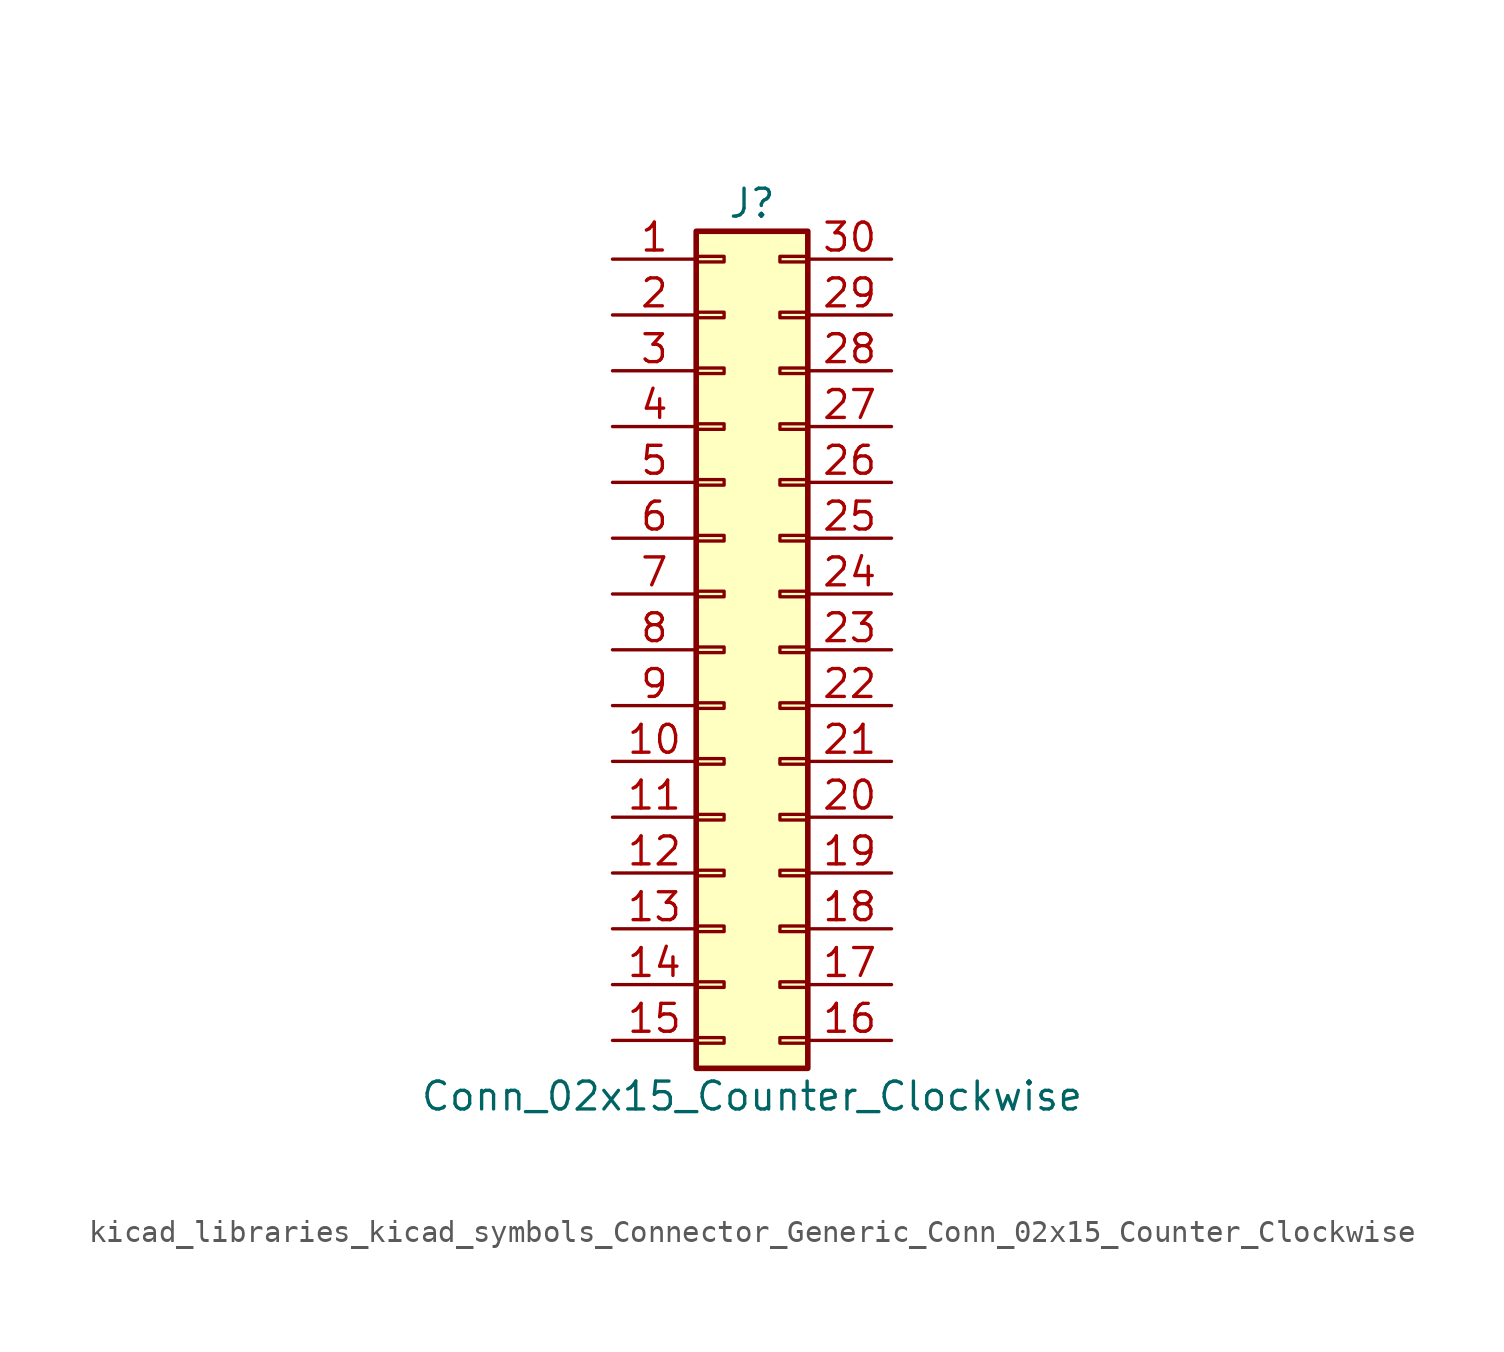
<source format=kicad_sym>
(kicad_symbol_lib
  (version 20220914)
  (generator kicad_symbol_editor)
  (symbol "kicad_libraries_kicad_symbols_Connector_Generic_Conn_02x15_Counter_Clockwise"
    (pin_names
      (offset 1.016) hide)
    (property "Reference" "J"
      (at 1.27 20.32 0)
      (effects (font (size 1.27 1.27))))
    (property "Value" "Conn_02x15_Counter_Clockwise"
      (at 1.27 -20.32 0)
      (effects (font (size 1.27 1.27))))
    (symbol "kicad_libraries_kicad_symbols_Connector_Generic_Conn_02x15_Counter_Clockwise_1_1"
      (rectangle (start -1.27 -17.653) (end 0 -17.907) (stroke (width 0.152) (type default)) (fill (type none)))
      (rectangle (start -1.27 -15.113) (end 0 -15.367) (stroke (width 0.152) (type default)) (fill (type none)))
      (rectangle (start -1.27 -12.573) (end 0 -12.827) (stroke (width 0.152) (type default)) (fill (type none)))
      (rectangle (start -1.27 -10.033) (end 0 -10.287) (stroke (width 0.152) (type default)) (fill (type none)))
      (rectangle (start -1.27 -7.493) (end 0 -7.747) (stroke (width 0.152) (type default)) (fill (type none)))
      (rectangle (start -1.27 -4.953) (end 0 -5.207) (stroke (width 0.152) (type default)) (fill (type none)))
      (rectangle (start -1.27 -2.413) (end 0 -2.667) (stroke (width 0.152) (type default)) (fill (type none)))
      (rectangle (start -1.27 0.127) (end 0 -0.127) (stroke (width 0.152) (type default)) (fill (type none)))
      (rectangle (start -1.27 2.667) (end 0 2.413) (stroke (width 0.152) (type default)) (fill (type none)))
      (rectangle (start -1.27 5.207) (end 0 4.953) (stroke (width 0.152) (type default)) (fill (type none)))
      (rectangle (start -1.27 7.747) (end 0 7.493) (stroke (width 0.152) (type default)) (fill (type none)))
      (rectangle (start -1.27 10.287) (end 0 10.033) (stroke (width 0.152) (type default)) (fill (type none)))
      (rectangle (start -1.27 12.827) (end 0 12.573) (stroke (width 0.152) (type default)) (fill (type none)))
      (rectangle (start -1.27 15.367) (end 0 15.113) (stroke (width 0.152) (type default)) (fill (type none)))
      (rectangle (start -1.27 17.907) (end 0 17.653) (stroke (width 0.152) (type default)) (fill (type none)))
      (rectangle (start -1.27 19.05) (end 3.81 -19.05) (stroke (width 0.254) (type default)) (fill (type background)))
      (rectangle (start 3.81 -17.653) (end 2.54 -17.907) (stroke (width 0.152) (type default)) (fill (type none)))
      (rectangle (start 3.81 -15.113) (end 2.54 -15.367) (stroke (width 0.152) (type default)) (fill (type none)))
      (rectangle (start 3.81 -12.573) (end 2.54 -12.827) (stroke (width 0.152) (type default)) (fill (type none)))
      (rectangle (start 3.81 -10.033) (end 2.54 -10.287) (stroke (width 0.152) (type default)) (fill (type none)))
      (rectangle (start 3.81 -7.493) (end 2.54 -7.747) (stroke (width 0.152) (type default)) (fill (type none)))
      (rectangle (start 3.81 -4.953) (end 2.54 -5.207) (stroke (width 0.152) (type default)) (fill (type none)))
      (rectangle (start 3.81 -2.413) (end 2.54 -2.667) (stroke (width 0.152) (type default)) (fill (type none)))
      (rectangle (start 3.81 0.127) (end 2.54 -0.127) (stroke (width 0.152) (type default)) (fill (type none)))
      (rectangle (start 3.81 2.667) (end 2.54 2.413) (stroke (width 0.152) (type default)) (fill (type none)))
      (rectangle (start 3.81 5.207) (end 2.54 4.953) (stroke (width 0.152) (type default)) (fill (type none)))
      (rectangle (start 3.81 7.747) (end 2.54 7.493) (stroke (width 0.152) (type default)) (fill (type none)))
      (rectangle (start 3.81 10.287) (end 2.54 10.033) (stroke (width 0.152) (type default)) (fill (type none)))
      (rectangle (start 3.81 12.827) (end 2.54 12.573) (stroke (width 0.152) (type default)) (fill (type none)))
      (rectangle (start 3.81 15.367) (end 2.54 15.113) (stroke (width 0.152) (type default)) (fill (type none)))
      (rectangle (start 3.81 17.907) (end 2.54 17.653) (stroke (width 0.152) (type default)) (fill (type none)))
      (pin passive line (at -5.08 17.78 0) (length 3.81) (name "Pin_1" (effects (font (size 1.27 1.27)))) (number "1" (effects (font (size 1.27 1.27)))))
      (pin passive line (at -5.08 -5.08 0) (length 3.81) (name "Pin_10" (effects (font (size 1.27 1.27)))) (number "10" (effects (font (size 1.27 1.27)))))
      (pin passive line (at -5.08 -7.62 0) (length 3.81) (name "Pin_11" (effects (font (size 1.27 1.27)))) (number "11" (effects (font (size 1.27 1.27)))))
      (pin passive line (at -5.08 -10.16 0) (length 3.81) (name "Pin_12" (effects (font (size 1.27 1.27)))) (number "12" (effects (font (size 1.27 1.27)))))
      (pin passive line (at -5.08 -12.7 0) (length 3.81) (name "Pin_13" (effects (font (size 1.27 1.27)))) (number "13" (effects (font (size 1.27 1.27)))))
      (pin passive line (at -5.08 -15.24 0) (length 3.81) (name "Pin_14" (effects (font (size 1.27 1.27)))) (number "14" (effects (font (size 1.27 1.27)))))
      (pin passive line (at -5.08 -17.78 0) (length 3.81) (name "Pin_15" (effects (font (size 1.27 1.27)))) (number "15" (effects (font (size 1.27 1.27)))))
      (pin passive line (at 7.62 -17.78 180) (length 3.81) (name "Pin_16" (effects (font (size 1.27 1.27)))) (number "16" (effects (font (size 1.27 1.27)))))
      (pin passive line (at 7.62 -15.24 180) (length 3.81) (name "Pin_17" (effects (font (size 1.27 1.27)))) (number "17" (effects (font (size 1.27 1.27)))))
      (pin passive line (at 7.62 -12.7 180) (length 3.81) (name "Pin_18" (effects (font (size 1.27 1.27)))) (number "18" (effects (font (size 1.27 1.27)))))
      (pin passive line (at 7.62 -10.16 180) (length 3.81) (name "Pin_19" (effects (font (size 1.27 1.27)))) (number "19" (effects (font (size 1.27 1.27)))))
      (pin passive line (at -5.08 15.24 0) (length 3.81) (name "Pin_2" (effects (font (size 1.27 1.27)))) (number "2" (effects (font (size 1.27 1.27)))))
      (pin passive line (at 7.62 -7.62 180) (length 3.81) (name "Pin_20" (effects (font (size 1.27 1.27)))) (number "20" (effects (font (size 1.27 1.27)))))
      (pin passive line (at 7.62 -5.08 180) (length 3.81) (name "Pin_21" (effects (font (size 1.27 1.27)))) (number "21" (effects (font (size 1.27 1.27)))))
      (pin passive line (at 7.62 -2.54 180) (length 3.81) (name "Pin_22" (effects (font (size 1.27 1.27)))) (number "22" (effects (font (size 1.27 1.27)))))
      (pin passive line (at 7.62 0 180) (length 3.81) (name "Pin_23" (effects (font (size 1.27 1.27)))) (number "23" (effects (font (size 1.27 1.27)))))
      (pin passive line (at 7.62 2.54 180) (length 3.81) (name "Pin_24" (effects (font (size 1.27 1.27)))) (number "24" (effects (font (size 1.27 1.27)))))
      (pin passive line (at 7.62 5.08 180) (length 3.81) (name "Pin_25" (effects (font (size 1.27 1.27)))) (number "25" (effects (font (size 1.27 1.27)))))
      (pin passive line (at 7.62 7.62 180) (length 3.81) (name "Pin_26" (effects (font (size 1.27 1.27)))) (number "26" (effects (font (size 1.27 1.27)))))
      (pin passive line (at 7.62 10.16 180) (length 3.81) (name "Pin_27" (effects (font (size 1.27 1.27)))) (number "27" (effects (font (size 1.27 1.27)))))
      (pin passive line (at 7.62 12.7 180) (length 3.81) (name "Pin_28" (effects (font (size 1.27 1.27)))) (number "28" (effects (font (size 1.27 1.27)))))
      (pin passive line (at 7.62 15.24 180) (length 3.81) (name "Pin_29" (effects (font (size 1.27 1.27)))) (number "29" (effects (font (size 1.27 1.27)))))
      (pin passive line (at -5.08 12.7 0) (length 3.81) (name "Pin_3" (effects (font (size 1.27 1.27)))) (number "3" (effects (font (size 1.27 1.27)))))
      (pin passive line (at 7.62 17.78 180) (length 3.81) (name "Pin_30" (effects (font (size 1.27 1.27)))) (number "30" (effects (font (size 1.27 1.27)))))
      (pin passive line (at -5.08 10.16 0) (length 3.81) (name "Pin_4" (effects (font (size 1.27 1.27)))) (number "4" (effects (font (size 1.27 1.27)))))
      (pin passive line (at -5.08 7.62 0) (length 3.81) (name "Pin_5" (effects (font (size 1.27 1.27)))) (number "5" (effects (font (size 1.27 1.27)))))
      (pin passive line (at -5.08 5.08 0) (length 3.81) (name "Pin_6" (effects (font (size 1.27 1.27)))) (number "6" (effects (font (size 1.27 1.27)))))
      (pin passive line (at -5.08 2.54 0) (length 3.81) (name "Pin_7" (effects (font (size 1.27 1.27)))) (number "7" (effects (font (size 1.27 1.27)))))
      (pin passive line (at -5.08 0 0) (length 3.81) (name "Pin_8" (effects (font (size 1.27 1.27)))) (number "8" (effects (font (size 1.27 1.27)))))
      (pin passive line (at -5.08 -2.54 0) (length 3.81) (name "Pin_9" (effects (font (size 1.27 1.27)))) (number "9" (effects (font (size 1.27 1.27))))))))
</source>
